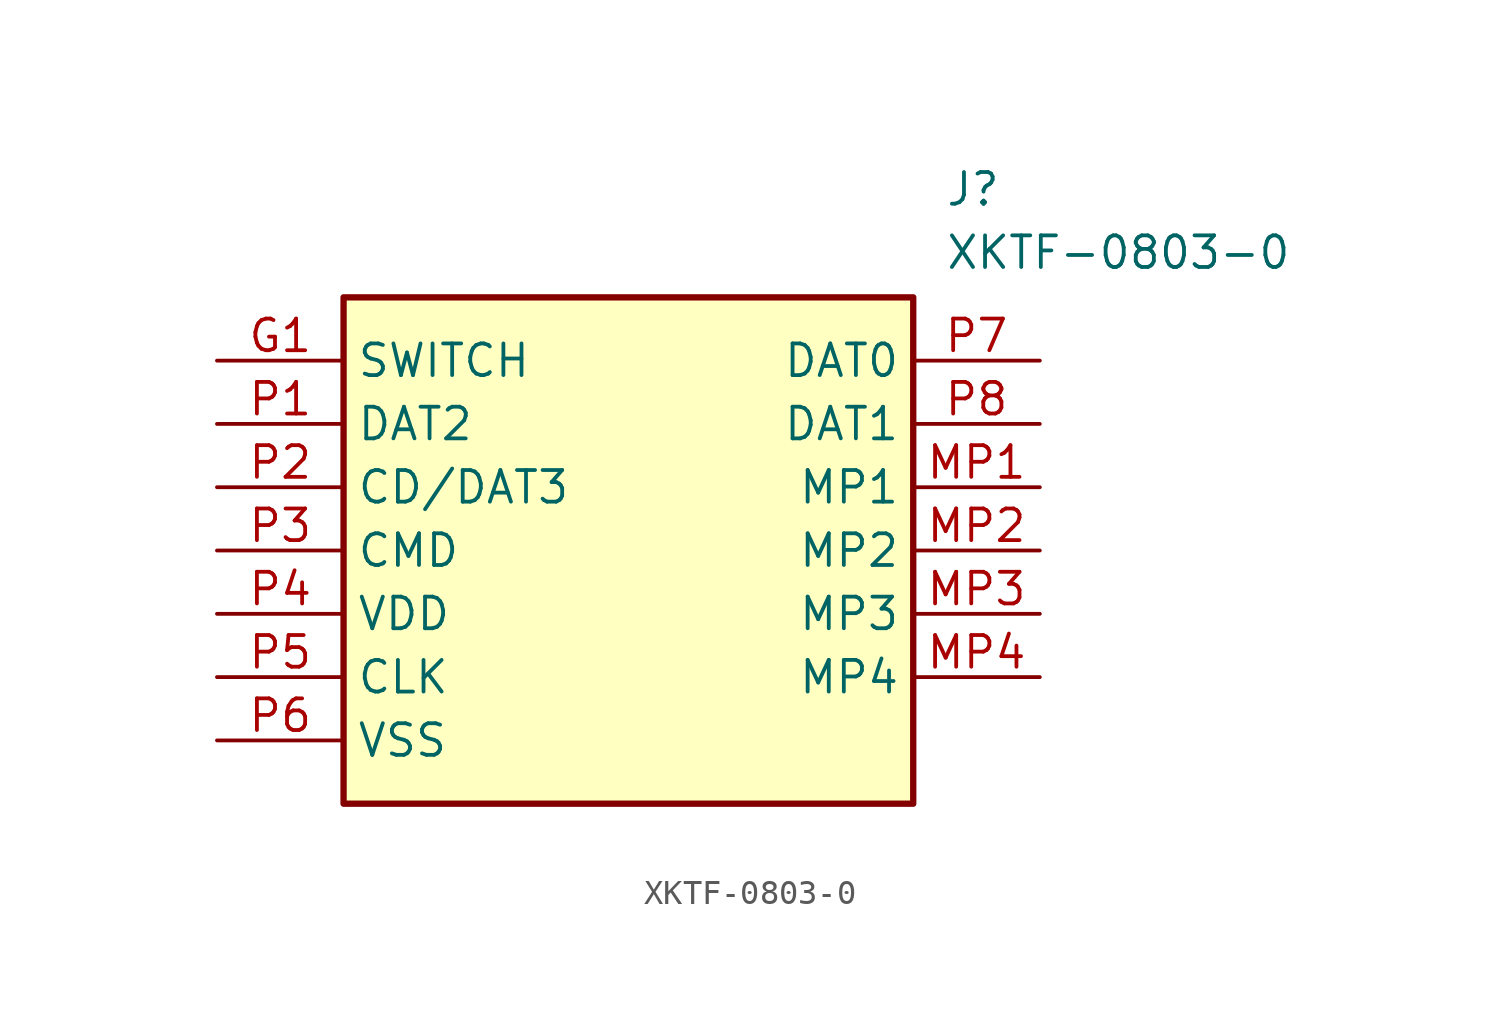
<source format=kicad_sym>
(kicad_symbol_lib
  (version 20211014)
  (generator SamacSys_ECAD_Model)
  (symbol "XKTF-0803-0"
    (property "Reference" "J"
      (at 29.21 7.62 0)
      (effects (font (size 1.27 1.27)) (justify left top)))
    (property "Value" "XKTF-0803-0"
      (at 29.21 5.08 0)
      (effects (font (size 1.27 1.27)) (justify left top)))
    (rectangle
      (start 5.08 2.54)
      (end 27.94 -17.78)
      (stroke (width 0.254) (type default))
      (fill (type background)))
    (pin passive line
      (at 0 0 0)
      (length 5.08)
      (name "SWITCH" (effects (font (size 1.27 1.27))))
      (number "G1" (effects (font (size 1.27 1.27)))))
    (pin passive line
      (at 0 -2.54 0)
      (length 5.08)
      (name "DAT2" (effects (font (size 1.27 1.27))))
      (number "P1" (effects (font (size 1.27 1.27)))))
    (pin passive line
      (at 0 -5.08 0)
      (length 5.08)
      (name "CD/DAT3" (effects (font (size 1.27 1.27))))
      (number "P2" (effects (font (size 1.27 1.27)))))
    (pin passive line
      (at 0 -7.62 0)
      (length 5.08)
      (name "CMD" (effects (font (size 1.27 1.27))))
      (number "P3" (effects (font (size 1.27 1.27)))))
    (pin passive line
      (at 0 -10.16 0)
      (length 5.08)
      (name "VDD" (effects (font (size 1.27 1.27))))
      (number "P4" (effects (font (size 1.27 1.27)))))
    (pin passive line
      (at 0 -12.7 0)
      (length 5.08)
      (name "CLK" (effects (font (size 1.27 1.27))))
      (number "P5" (effects (font (size 1.27 1.27)))))
    (pin passive line
      (at 0 -15.24 0)
      (length 5.08)
      (name "VSS" (effects (font (size 1.27 1.27))))
      (number "P6" (effects (font (size 1.27 1.27)))))
    (pin passive line
      (at 33.02 0 180)
      (length 5.08)
      (name "DAT0" (effects (font (size 1.27 1.27))))
      (number "P7" (effects (font (size 1.27 1.27)))))
    (pin passive line
      (at 33.02 -2.54 180)
      (length 5.08)
      (name "DAT1" (effects (font (size 1.27 1.27))))
      (number "P8" (effects (font (size 1.27 1.27)))))
    (pin passive line
      (at 33.02 -5.08 180)
      (length 5.08)
      (name "MP1" (effects (font (size 1.27 1.27))))
      (number "MP1" (effects (font (size 1.27 1.27)))))
    (pin passive line
      (at 33.02 -7.62 180)
      (length 5.08)
      (name "MP2" (effects (font (size 1.27 1.27))))
      (number "MP2" (effects (font (size 1.27 1.27)))))
    (pin passive line
      (at 33.02 -10.16 180)
      (length 5.08)
      (name "MP3" (effects (font (size 1.27 1.27))))
      (number "MP3" (effects (font (size 1.27 1.27)))))
    (pin passive line
      (at 33.02 -12.7 180)
      (length 5.08)
      (name "MP4" (effects (font (size 1.27 1.27))))
      (number "MP4" (effects (font (size 1.27 1.27)))))))
</source>
